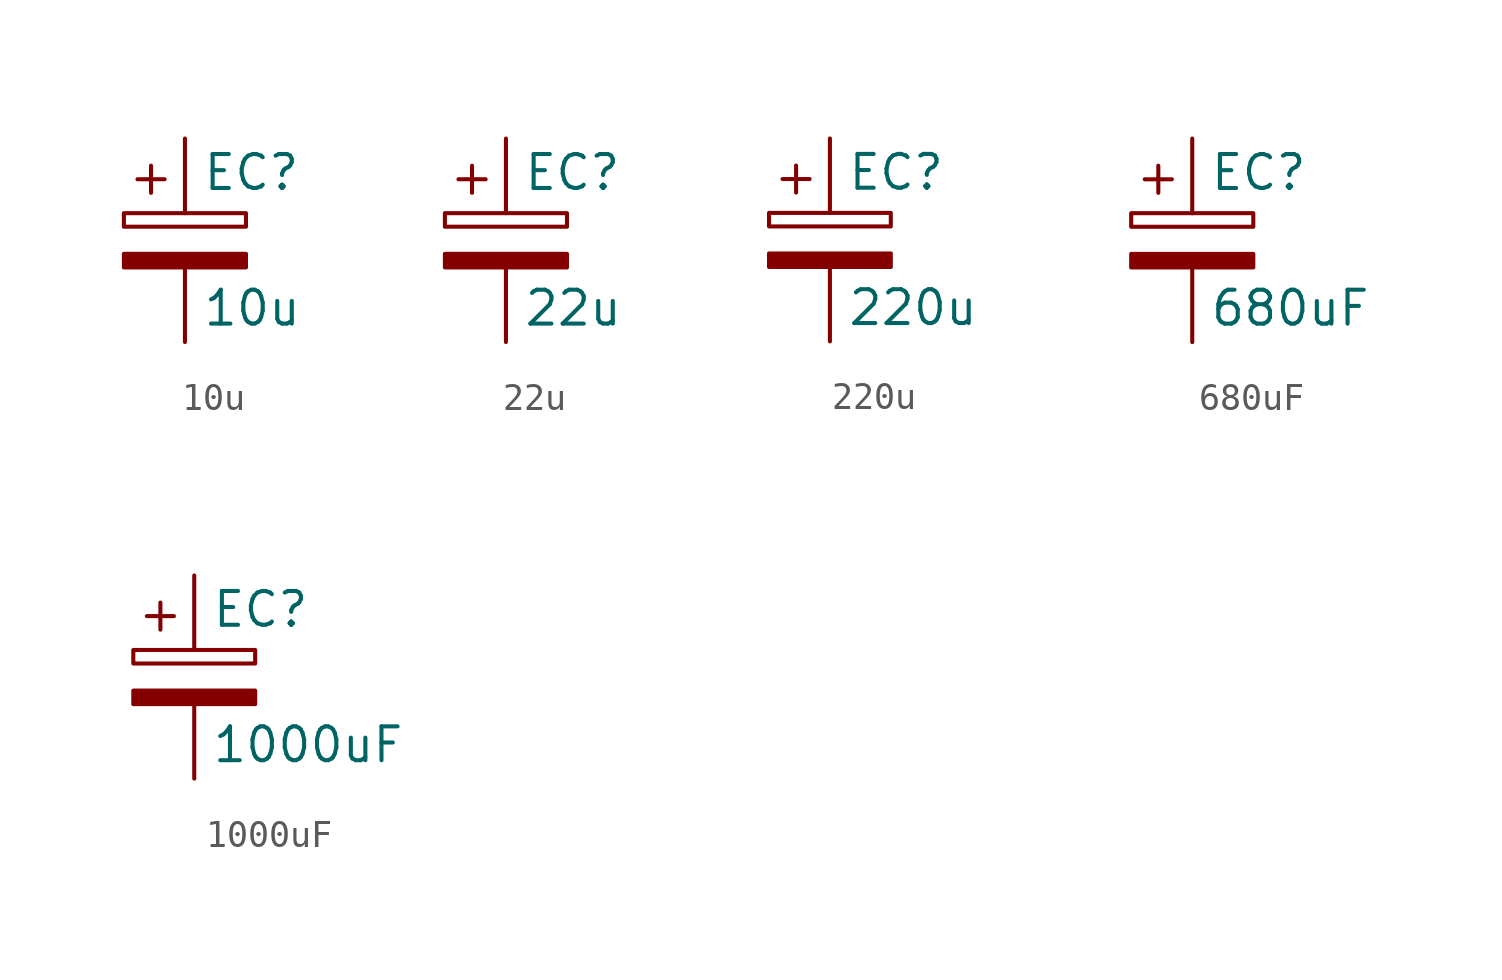
<source format=kicad_sym>
(kicad_symbol_lib
  (version 20220914)
  (generator kicad_symbol_editor)
  (symbol "10u"
    (pin_numbers hide)
    (pin_names
      (offset 0.254))
    (property "Reference" "EC"
      (at 0.635 2.54 0)
      (effects (font (size 1.27 1.27)) (justify left)))
    (property "Value" "10u"
      (at 0.635 -2.54 0)
      (effects (font (size 1.27 1.27)) (justify left)))
    (symbol "10u_0_1"
      (rectangle (start -2.286 0.508) (end 2.286 1.016) (stroke (width 0) (type default)) (fill (type none)))
      (polyline (pts (xy -1.778 2.286) (xy -0.762 2.286)) (stroke (width 0) (type default)) (fill (type none)))
      (polyline (pts (xy -1.27 2.794) (xy -1.27 1.778)) (stroke (width 0) (type default)) (fill (type none)))
      (rectangle (start 2.286 -0.508) (end -2.286 -1.016) (stroke (width 0) (type default)) (fill (type outline))))
    (symbol "10u_1_1"
      (pin passive line (at 0 3.81 270) (length 2.794) (name "~" (effects (font (size 1.27 1.27)))) (number "1" (effects (font (size 1.27 1.27)))))
      (pin passive line (at 0 -3.81 90) (length 2.794) (name "~" (effects (font (size 1.27 1.27)))) (number "2" (effects (font (size 1.27 1.27)))))))
  (symbol "22u"
    (pin_numbers hide)
    (pin_names
      (offset 0.254))
    (property "Reference" "EC"
      (at 0.635 2.54 0)
      (effects (font (size 1.27 1.27)) (justify left)))
    (property "Value" "22u"
      (at 0.635 -2.54 0)
      (effects (font (size 1.27 1.27)) (justify left)))
    (symbol "22u_0_1"
      (rectangle (start -2.286 0.508) (end 2.286 1.016) (stroke (width 0) (type default)) (fill (type none)))
      (polyline (pts (xy -1.778 2.286) (xy -0.762 2.286)) (stroke (width 0) (type default)) (fill (type none)))
      (polyline (pts (xy -1.27 2.794) (xy -1.27 1.778)) (stroke (width 0) (type default)) (fill (type none)))
      (rectangle (start 2.286 -0.508) (end -2.286 -1.016) (stroke (width 0) (type default)) (fill (type outline))))
    (symbol "22u_1_1"
      (pin passive line (at 0 3.81 270) (length 2.794) (name "~" (effects (font (size 1.27 1.27)))) (number "1" (effects (font (size 1.27 1.27)))))
      (pin passive line (at 0 -3.81 90) (length 2.794) (name "~" (effects (font (size 1.27 1.27)))) (number "2" (effects (font (size 1.27 1.27)))))))
  (symbol "220u"
    (pin_numbers hide)
    (pin_names
      (offset 0.254))
    (property "Reference" "EC"
      (at 0.635 2.54 0)
      (effects (font (size 1.27 1.27)) (justify left)))
    (property "Value" "220u"
      (at 0.635 -2.54 0)
      (effects (font (size 1.27 1.27)) (justify left)))
    (symbol "220u_0_1"
      (rectangle (start -2.286 0.508) (end 2.286 1.016) (stroke (width 0) (type default)) (fill (type none)))
      (polyline (pts (xy -1.778 2.286) (xy -0.762 2.286)) (stroke (width 0) (type default)) (fill (type none)))
      (polyline (pts (xy -1.27 2.794) (xy -1.27 1.778)) (stroke (width 0) (type default)) (fill (type none)))
      (rectangle (start 2.286 -0.508) (end -2.286 -1.016) (stroke (width 0) (type default)) (fill (type outline))))
    (symbol "220u_1_1"
      (pin passive line (at 0 3.81 270) (length 2.794) (name "~" (effects (font (size 1.27 1.27)))) (number "1" (effects (font (size 1.27 1.27)))))
      (pin passive line (at 0 -3.81 90) (length 2.794) (name "~" (effects (font (size 1.27 1.27)))) (number "2" (effects (font (size 1.27 1.27)))))))
  (symbol "680uF"
    (pin_numbers hide)
    (pin_names
      (offset 0.254))
    (property "Reference" "EC"
      (at 0.635 2.54 0)
      (effects (font (size 1.27 1.27)) (justify left)))
    (property "Value" "680uF"
      (at 0.635 -2.54 0)
      (effects (font (size 1.27 1.27)) (justify left)))
    (symbol "680uF_0_1"
      (rectangle (start -2.286 0.508) (end 2.286 1.016) (stroke (width 0) (type default)) (fill (type none)))
      (polyline (pts (xy -1.778 2.286) (xy -0.762 2.286)) (stroke (width 0) (type default)) (fill (type none)))
      (polyline (pts (xy -1.27 2.794) (xy -1.27 1.778)) (stroke (width 0) (type default)) (fill (type none)))
      (rectangle (start 2.286 -0.508) (end -2.286 -1.016) (stroke (width 0) (type default)) (fill (type outline))))
    (symbol "680uF_1_1"
      (pin passive line (at 0 3.81 270) (length 2.794) (name "~" (effects (font (size 1.27 1.27)))) (number "1" (effects (font (size 1.27 1.27)))))
      (pin passive line (at 0 -3.81 90) (length 2.794) (name "~" (effects (font (size 1.27 1.27)))) (number "2" (effects (font (size 1.27 1.27)))))))
  (symbol "1000uF"
    (pin_numbers hide)
    (pin_names
      (offset 0.254))
    (property "Reference" "EC"
      (at 0.635 2.54 0)
      (effects (font (size 1.27 1.27)) (justify left)))
    (property "Value" "1000uF"
      (at 0.635 -2.54 0)
      (effects (font (size 1.27 1.27)) (justify left)))
    (symbol "1000uF_0_1"
      (rectangle (start -2.286 0.508) (end 2.286 1.016) (stroke (width 0) (type default)) (fill (type none)))
      (polyline (pts (xy -1.778 2.286) (xy -0.762 2.286)) (stroke (width 0) (type default)) (fill (type none)))
      (polyline (pts (xy -1.27 2.794) (xy -1.27 1.778)) (stroke (width 0) (type default)) (fill (type none)))
      (rectangle (start 2.286 -0.508) (end -2.286 -1.016) (stroke (width 0) (type default)) (fill (type outline))))
    (symbol "1000uF_1_1"
      (pin passive line (at 0 3.81 270) (length 2.794) (name "~" (effects (font (size 1.27 1.27)))) (number "1" (effects (font (size 1.27 1.27)))))
      (pin passive line (at 0 -3.81 90) (length 2.794) (name "~" (effects (font (size 1.27 1.27)))) (number "2" (effects (font (size 1.27 1.27))))))))
</source>
